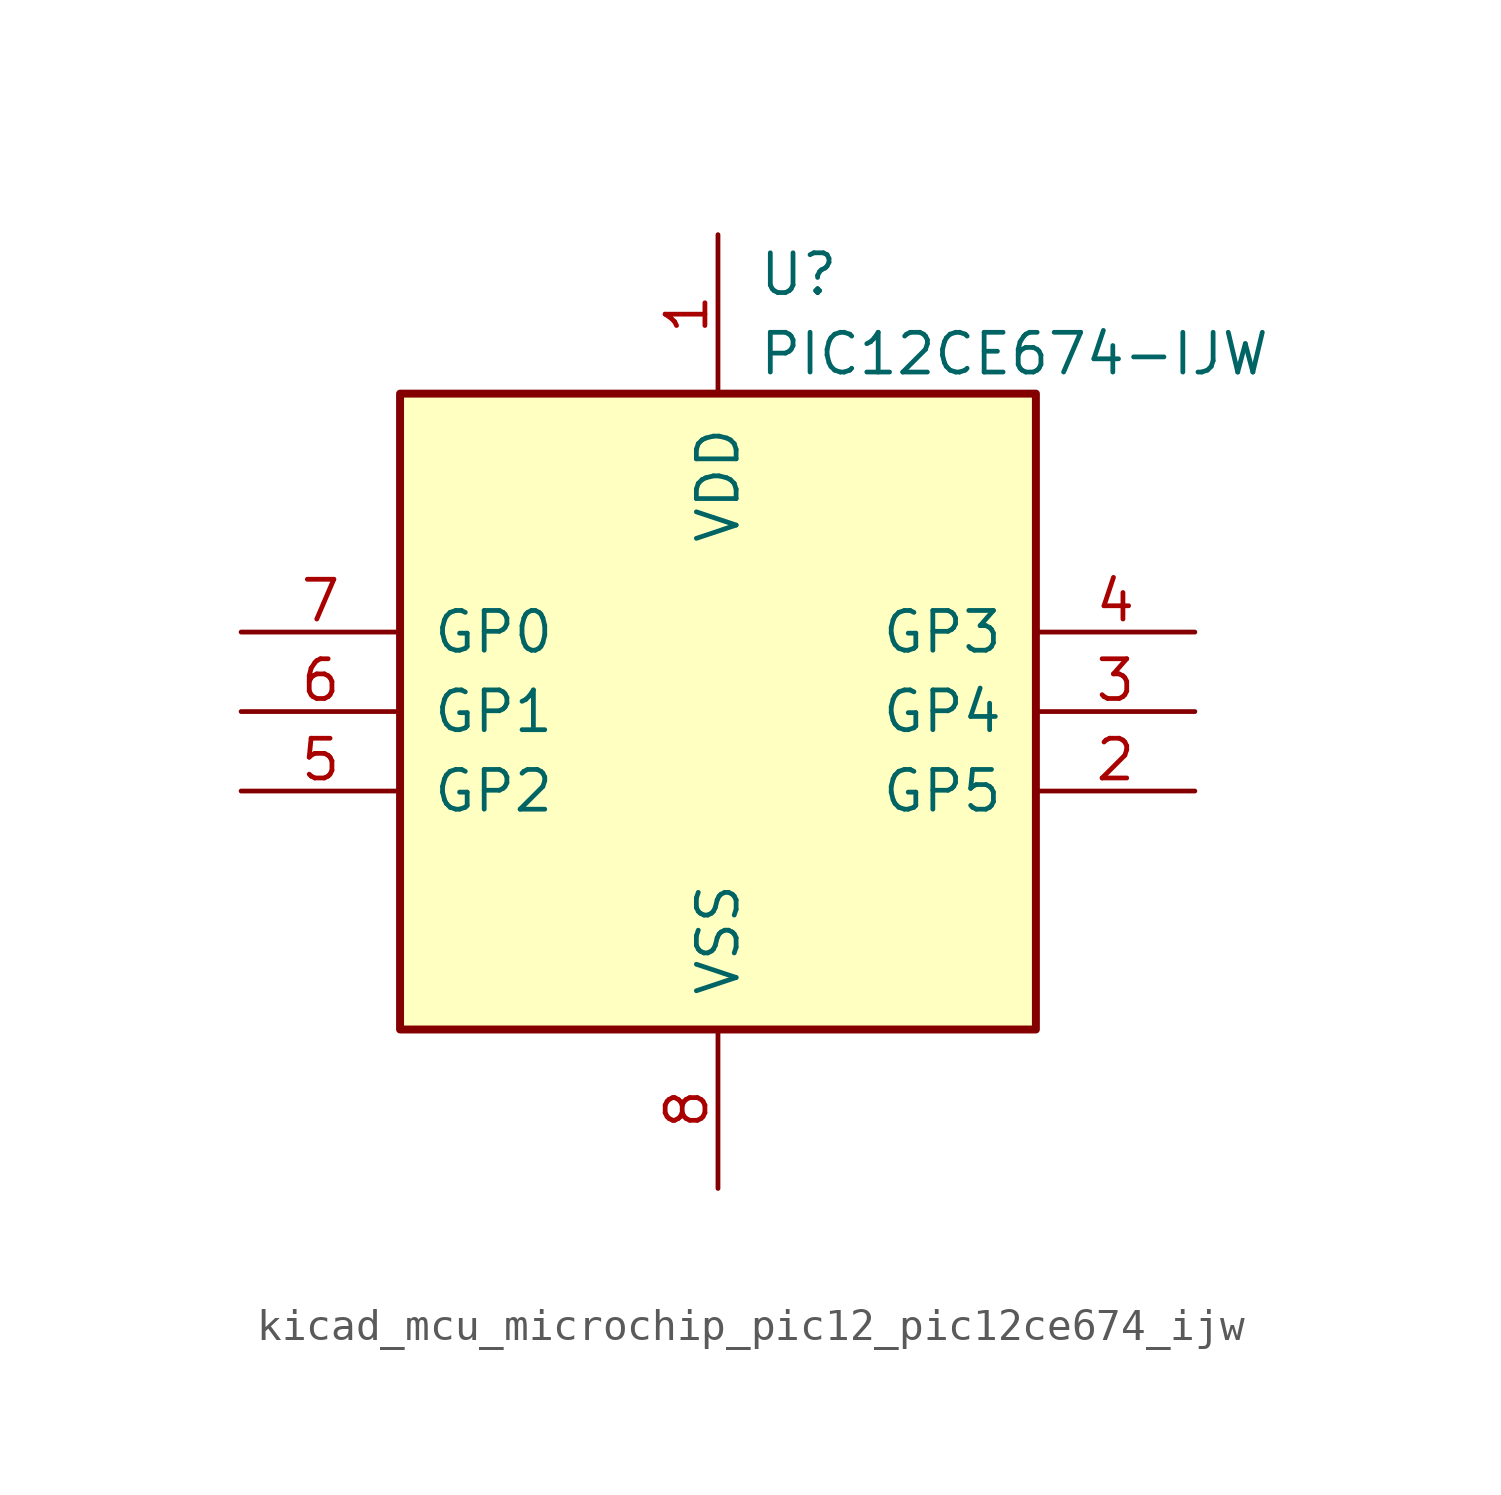
<source format=kicad_sym>
(kicad_symbol_lib
  (version 20220914)
  (generator kicad_symbol_editor)
  (symbol "kicad_mcu_microchip_pic12_pic12ce674_ijw"
    (pin_names
      (offset 1.016))
    (property "Reference" "U"
      (at 1.27 13.97 0)
      (effects (font (size 1.27 1.27)) (justify left)))
    (property "Value" "PIC12CE674-IJW"
      (at 1.27 11.43 0)
      (effects (font (size 1.27 1.27)) (justify left)))
    (symbol "kicad_mcu_microchip_pic12_pic12ce674_ijw_0_1"
      (rectangle (start 10.16 -10.16) (end -10.16 10.16) (stroke (width 0.254) (type default)) (fill (type background))))
    (symbol "kicad_mcu_microchip_pic12_pic12ce674_ijw_1_1"
      (pin power_in line (at 0 15.24 270) (length 5.08) (name "VDD" (effects (font (size 1.27 1.27)))) (number "1" (effects (font (size 1.27 1.27)))))
      (pin bidirectional line (at 15.24 -2.54 180) (length 5.08) (name "GP5" (effects (font (size 1.27 1.27)))) (number "2" (effects (font (size 1.27 1.27)))))
      (pin bidirectional line (at 15.24 0 180) (length 5.08) (name "GP4" (effects (font (size 1.27 1.27)))) (number "3" (effects (font (size 1.27 1.27)))))
      (pin input line (at 15.24 2.54 180) (length 5.08) (name "GP3" (effects (font (size 1.27 1.27)))) (number "4" (effects (font (size 1.27 1.27)))))
      (pin bidirectional line (at -15.24 -2.54 0) (length 5.08) (name "GP2" (effects (font (size 1.27 1.27)))) (number "5" (effects (font (size 1.27 1.27)))))
      (pin bidirectional line (at -15.24 0 0) (length 5.08) (name "GP1" (effects (font (size 1.27 1.27)))) (number "6" (effects (font (size 1.27 1.27)))))
      (pin bidirectional line (at -15.24 2.54 0) (length 5.08) (name "GP0" (effects (font (size 1.27 1.27)))) (number "7" (effects (font (size 1.27 1.27)))))
      (pin power_in line (at 0 -15.24 90) (length 5.08) (name "VSS" (effects (font (size 1.27 1.27)))) (number "8" (effects (font (size 1.27 1.27))))))))
</source>
